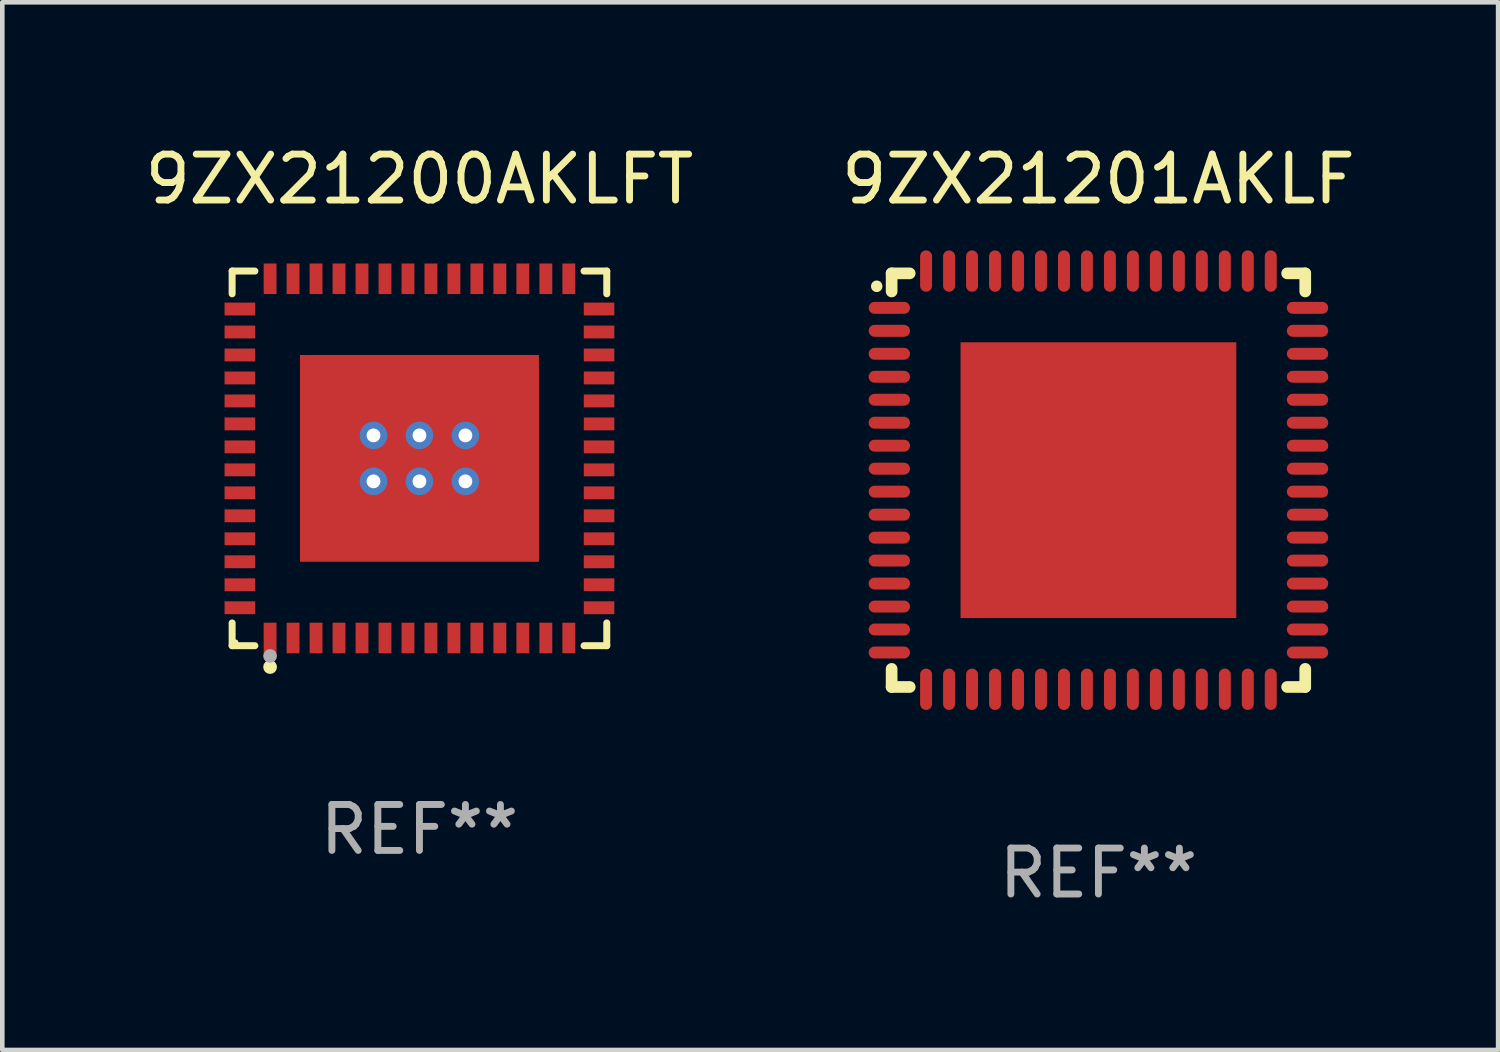
<source format=kicad_pcb>
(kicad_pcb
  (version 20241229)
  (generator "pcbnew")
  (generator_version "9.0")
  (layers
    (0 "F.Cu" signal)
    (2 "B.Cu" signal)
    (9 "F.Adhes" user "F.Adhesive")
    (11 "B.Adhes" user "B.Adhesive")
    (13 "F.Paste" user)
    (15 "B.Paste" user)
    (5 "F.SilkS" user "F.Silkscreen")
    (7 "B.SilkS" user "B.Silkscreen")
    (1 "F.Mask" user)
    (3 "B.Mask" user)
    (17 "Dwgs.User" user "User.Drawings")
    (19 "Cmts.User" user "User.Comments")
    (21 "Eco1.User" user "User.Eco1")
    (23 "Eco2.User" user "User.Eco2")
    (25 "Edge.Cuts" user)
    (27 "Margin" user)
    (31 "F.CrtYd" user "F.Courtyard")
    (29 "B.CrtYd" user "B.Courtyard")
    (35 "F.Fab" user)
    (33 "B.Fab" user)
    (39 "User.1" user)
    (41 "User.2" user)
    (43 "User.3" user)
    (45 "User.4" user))
  (footprint "9ZX21201AKLF"
    (layer "F.Cu")
    (at 20.851 7.398)
    (property "Reference" "9ZX21201AKLF" (at 0 -6.55 0) (layer "F.SilkS") (effects (font (size 1 1) (thickness 0.15))))
    (attr through_hole)
    (fp_line (start -4.5 -4.5) (end -4.106 -4.5) (stroke (width 0.254) (type solid)) (layer "F.SilkS"))
    (fp_line (start -4.5 -4.106) (end -4.5 -4.5) (stroke (width 0.254) (type solid)) (layer "F.SilkS"))
    (fp_line (start -4.5 4.5) (end -4.5 4.106) (stroke (width 0.254) (type solid)) (layer "F.SilkS"))
    (fp_line (start -4.106 4.5) (end -4.5 4.5) (stroke (width 0.254) (type solid)) (layer "F.SilkS"))
    (fp_line (start 4.106 -4.5) (end 4.5 -4.5) (stroke (width 0.254) (type solid)) (layer "F.SilkS"))
    (fp_line (start 4.5 -4.5) (end 4.5 -4.106) (stroke (width 0.254) (type solid)) (layer "F.SilkS"))
    (fp_line (start 4.5 4.106) (end 4.5 4.5) (stroke (width 0.254) (type solid)) (layer "F.SilkS"))
    (fp_line (start 4.5 4.5) (end 4.106 4.5) (stroke (width 0.254) (type solid)) (layer "F.SilkS"))
    (fp_arc (start -4.824308 -4.217501) (mid -4.824314 -4.218771) (end -4.824308 -4.220041) (stroke (width 0.24892) (type solid)) (layer "F.SilkS"))
    (fp_text user "REF**" (at 0 8.55 0) (layer "F.Fab") (effects (font (size 1 1) (thickness 0.15))))
    (pad "1" smd oval (at -4.55 -3.75) (size 0.9 0.26) (layers "F.Cu" "F.Mask" "F.Paste"))
    (pad "2" smd oval (at -4.55 -3.25) (size 0.9 0.26) (layers "F.Cu" "F.Mask" "F.Paste"))
    (pad "3" smd oval (at -4.55 -2.75) (size 0.9 0.26) (layers "F.Cu" "F.Mask" "F.Paste"))
    (pad "4" smd oval (at -4.55 -2.25) (size 0.9 0.26) (layers "F.Cu" "F.Mask" "F.Paste"))
    (pad "5" smd oval (at -4.55 -1.75) (size 0.9 0.26) (layers "F.Cu" "F.Mask" "F.Paste"))
    (pad "6" smd oval (at -4.55 -1.25) (size 0.9 0.26) (layers "F.Cu" "F.Mask" "F.Paste"))
    (pad "7" smd oval (at -4.55 -0.75) (size 0.9 0.26) (layers "F.Cu" "F.Mask" "F.Paste"))
    (pad "8" smd oval (at -4.55 -0.25) (size 0.9 0.26) (layers "F.Cu" "F.Mask" "F.Paste"))
    (pad "9" smd oval (at -4.55 0.25) (size 0.9 0.26) (layers "F.Cu" "F.Mask" "F.Paste"))
    (pad "10" smd oval (at -4.55 0.75) (size 0.9 0.26) (layers "F.Cu" "F.Mask" "F.Paste"))
    (pad "11" smd oval (at -4.55 1.25) (size 0.9 0.26) (layers "F.Cu" "F.Mask" "F.Paste"))
    (pad "12" smd oval (at -4.55 1.75) (size 0.9 0.26) (layers "F.Cu" "F.Mask" "F.Paste"))
    (pad "13" smd oval (at -4.55 2.25) (size 0.9 0.26) (layers "F.Cu" "F.Mask" "F.Paste"))
    (pad "14" smd oval (at -4.55 2.75) (size 0.9 0.26) (layers "F.Cu" "F.Mask" "F.Paste"))
    (pad "15" smd oval (at -4.55 3.25) (size 0.9 0.26) (layers "F.Cu" "F.Mask" "F.Paste"))
    (pad "16" smd oval (at -4.55 3.75) (size 0.9 0.26) (layers "F.Cu" "F.Mask" "F.Paste"))
    (pad "17" smd oval (at -3.75 4.55) (size 0.26 0.9) (layers "F.Cu" "F.Mask" "F.Paste"))
    (pad "18" smd oval (at -3.25 4.55) (size 0.26 0.9) (layers "F.Cu" "F.Mask" "F.Paste"))
    (pad "19" smd oval (at -2.75 4.55) (size 0.26 0.9) (layers "F.Cu" "F.Mask" "F.Paste"))
    (pad "20" smd oval (at -2.25 4.55) (size 0.26 0.9) (layers "F.Cu" "F.Mask" "F.Paste"))
    (pad "21" smd oval (at -1.75 4.55) (size 0.26 0.9) (layers "F.Cu" "F.Mask" "F.Paste"))
    (pad "22" smd oval (at -1.25 4.55) (size 0.26 0.9) (layers "F.Cu" "F.Mask" "F.Paste"))
    (pad "23" smd oval (at -0.75 4.55) (size 0.26 0.9) (layers "F.Cu" "F.Mask" "F.Paste"))
    (pad "24" smd oval (at -0.25 4.55) (size 0.26 0.9) (layers "F.Cu" "F.Mask" "F.Paste"))
    (pad "25" smd oval (at 0.25 4.55) (size 0.26 0.9) (layers "F.Cu" "F.Mask" "F.Paste"))
    (pad "26" smd oval (at 0.75 4.55) (size 0.26 0.9) (layers "F.Cu" "F.Mask" "F.Paste"))
    (pad "27" smd oval (at 1.25 4.55) (size 0.26 0.9) (layers "F.Cu" "F.Mask" "F.Paste"))
    (pad "28" smd oval (at 1.75 4.55) (size 0.26 0.9) (layers "F.Cu" "F.Mask" "F.Paste"))
    (pad "29" smd oval (at 2.25 4.55) (size 0.26 0.9) (layers "F.Cu" "F.Mask" "F.Paste"))
    (pad "30" smd oval (at 2.75 4.55) (size 0.26 0.9) (layers "F.Cu" "F.Mask" "F.Paste"))
    (pad "31" smd oval (at 3.25 4.55) (size 0.26 0.9) (layers "F.Cu" "F.Mask" "F.Paste"))
    (pad "32" smd oval (at 3.75 4.55) (size 0.26 0.9) (layers "F.Cu" "F.Mask" "F.Paste"))
    (pad "33" smd oval (at 4.55 3.75) (size 0.9 0.26) (layers "F.Cu" "F.Mask" "F.Paste"))
    (pad "34" smd oval (at 4.55 3.25) (size 0.9 0.26) (layers "F.Cu" "F.Mask" "F.Paste"))
    (pad "35" smd oval (at 4.55 2.75) (size 0.9 0.26) (layers "F.Cu" "F.Mask" "F.Paste"))
    (pad "36" smd oval (at 4.55 2.25) (size 0.9 0.26) (layers "F.Cu" "F.Mask" "F.Paste"))
    (pad "37" smd oval (at 4.55 1.75) (size 0.9 0.26) (layers "F.Cu" "F.Mask" "F.Paste"))
    (pad "38" smd oval (at 4.55 1.25) (size 0.9 0.26) (layers "F.Cu" "F.Mask" "F.Paste"))
    (pad "39" smd oval (at 4.55 0.75) (size 0.9 0.26) (layers "F.Cu" "F.Mask" "F.Paste"))
    (pad "40" smd oval (at 4.55 0.25) (size 0.9 0.26) (layers "F.Cu" "F.Mask" "F.Paste"))
    (pad "41" smd oval (at 4.55 -0.25) (size 0.9 0.26) (layers "F.Cu" "F.Mask" "F.Paste"))
    (pad "42" smd oval (at 4.55 -0.75) (size 0.9 0.26) (layers "F.Cu" "F.Mask" "F.Paste"))
    (pad "43" smd oval (at 4.55 -1.25) (size 0.9 0.26) (layers "F.Cu" "F.Mask" "F.Paste"))
    (pad "44" smd oval (at 4.55 -1.75) (size 0.9 0.26) (layers "F.Cu" "F.Mask" "F.Paste"))
    (pad "45" smd oval (at 4.55 -2.25) (size 0.9 0.26) (layers "F.Cu" "F.Mask" "F.Paste"))
    (pad "46" smd oval (at 4.55 -2.75) (size 0.9 0.26) (layers "F.Cu" "F.Mask" "F.Paste"))
    (pad "47" smd oval (at 4.55 -3.25) (size 0.9 0.26) (layers "F.Cu" "F.Mask" "F.Paste"))
    (pad "48" smd oval (at 4.55 -3.75) (size 0.9 0.26) (layers "F.Cu" "F.Mask" "F.Paste"))
    (pad "49" smd oval (at 3.75 -4.55) (size 0.26 0.9) (layers "F.Cu" "F.Mask" "F.Paste"))
    (pad "50" smd oval (at 3.25 -4.55) (size 0.26 0.9) (layers "F.Cu" "F.Mask" "F.Paste"))
    (pad "51" smd oval (at 2.75 -4.55) (size 0.26 0.9) (layers "F.Cu" "F.Mask" "F.Paste"))
    (pad "52" smd oval (at 2.25 -4.55) (size 0.26 0.9) (layers "F.Cu" "F.Mask" "F.Paste"))
    (pad "53" smd oval (at 1.75 -4.55) (size 0.26 0.9) (layers "F.Cu" "F.Mask" "F.Paste"))
    (pad "54" smd oval (at 1.25 -4.55) (size 0.26 0.9) (layers "F.Cu" "F.Mask" "F.Paste"))
    (pad "55" smd oval (at 0.75 -4.55) (size 0.26 0.9) (layers "F.Cu" "F.Mask" "F.Paste"))
    (pad "56" smd oval (at 0.25 -4.55) (size 0.26 0.9) (layers "F.Cu" "F.Mask" "F.Paste"))
    (pad "57" smd oval (at -0.25 -4.55) (size 0.26 0.9) (layers "F.Cu" "F.Mask" "F.Paste"))
    (pad "58" smd oval (at -0.75 -4.55) (size 0.26 0.9) (layers "F.Cu" "F.Mask" "F.Paste"))
    (pad "59" smd oval (at -1.25 -4.55) (size 0.26 0.9) (layers "F.Cu" "F.Mask" "F.Paste"))
    (pad "60" smd oval (at -1.75 -4.55) (size 0.26 0.9) (layers "F.Cu" "F.Mask" "F.Paste"))
    (pad "61" smd oval (at -2.25 -4.55) (size 0.26 0.9) (layers "F.Cu" "F.Mask" "F.Paste"))
    (pad "62" smd oval (at -2.75 -4.55) (size 0.26 0.9) (layers "F.Cu" "F.Mask" "F.Paste"))
    (pad "63" smd oval (at -3.25 -4.55) (size 0.26 0.9) (layers "F.Cu" "F.Mask" "F.Paste"))
    (pad "64" smd oval (at -3.75 -4.55) (size 0.26 0.9) (layers "F.Cu" "F.Mask" "F.Paste"))
    (pad "65" smd rect (at 0 0.000381) (size 6 6) (layers "F.Cu" "F.Mask" "F.Paste")))
  (footprint "9ZX21200AKLFT"
    (layer "F.Cu")
    (at 6.077 6.924)
    (property "Reference" "9ZX21200AKLFT" (at 0 -6.076 0) (layer "F.SilkS") (effects (font (size 1 1) (thickness 0.15))))
    (attr through_hole)
    (fp_line (start -4.076 -4.076) (end -3.581 -4.076) (stroke (width 0.152) (type solid)) (layer "F.SilkS"))
    (fp_line (start -4.076 -3.581) (end -4.076 -4.076) (stroke (width 0.152) (type solid)) (layer "F.SilkS"))
    (fp_line (start -4.076 3.581) (end -4.076 4.076) (stroke (width 0.152) (type solid)) (layer "F.SilkS"))
    (fp_line (start -4.076 4.076) (end -3.581 4.076) (stroke (width 0.152) (type solid)) (layer "F.SilkS"))
    (fp_line (start 4.076 -4.076) (end 3.581 -4.076) (stroke (width 0.152) (type solid)) (layer "F.SilkS"))
    (fp_line (start 4.076 -3.581) (end 4.076 -4.076) (stroke (width 0.152) (type solid)) (layer "F.SilkS"))
    (fp_line (start 4.076 3.581) (end 4.076 4.076) (stroke (width 0.152) (type solid)) (layer "F.SilkS"))
    (fp_line (start 4.076 4.076) (end 3.581 4.076) (stroke (width 0.152) (type solid)) (layer "F.SilkS"))
    (fp_circle (center -4 4) (end -3.97 4) (stroke (width 0.06) (type solid)) (fill no) (layer "F.SilkS"))
    (fp_circle (center -3.25 4.54) (end -3.175 4.54) (stroke (width 0.15) (type solid)) (fill no) (layer "F.SilkS"))
    (fp_circle (center -3.25 4.3) (end -3.175 4.3) (stroke (width 0.15) (type solid)) (fill no) (layer "F.Fab"))
    (fp_text user "REF**" (at 0 8.076 0) (layer "F.Fab") (effects (font (size 1 1) (thickness 0.15))))
    (pad "1" smd rect (at -3.25 3.908) (size 0.28 0.665) (layers "F.Cu" "F.Mask" "F.Paste"))
    (pad "2" smd rect (at -2.75 3.908) (size 0.28 0.665) (layers "F.Cu" "F.Mask" "F.Paste"))
    (pad "3" smd rect (at -2.25 3.908) (size 0.28 0.665) (layers "F.Cu" "F.Mask" "F.Paste"))
    (pad "4" smd rect (at -1.75 3.908) (size 0.28 0.665) (layers "F.Cu" "F.Mask" "F.Paste"))
    (pad "5" smd rect (at -1.25 3.908) (size 0.28 0.665) (layers "F.Cu" "F.Mask" "F.Paste"))
    (pad "6" smd rect (at -0.75 3.908) (size 0.28 0.665) (layers "F.Cu" "F.Mask" "F.Paste"))
    (pad "7" smd rect (at -0.25 3.908) (size 0.28 0.665) (layers "F.Cu" "F.Mask" "F.Paste"))
    (pad "8" smd rect (at 0.25 3.908) (size 0.28 0.665) (layers "F.Cu" "F.Mask" "F.Paste"))
    (pad "9" smd rect (at 0.75 3.908) (size 0.28 0.665) (layers "F.Cu" "F.Mask" "F.Paste"))
    (pad "10" smd rect (at 1.25 3.908) (size 0.28 0.665) (layers "F.Cu" "F.Mask" "F.Paste"))
    (pad "11" smd rect (at 1.75 3.908) (size 0.28 0.665) (layers "F.Cu" "F.Mask" "F.Paste"))
    (pad "12" smd rect (at 2.25 3.908) (size 0.28 0.665) (layers "F.Cu" "F.Mask" "F.Paste"))
    (pad "13" smd rect (at 2.75 3.908) (size 0.28 0.665) (layers "F.Cu" "F.Mask" "F.Paste"))
    (pad "14" smd rect (at 3.25 3.908) (size 0.28 0.665) (layers "F.Cu" "F.Mask" "F.Paste"))
    (pad "15" smd rect (at 3.908 3.25) (size 0.665 0.28) (layers "F.Cu" "F.Mask" "F.Paste"))
    (pad "16" smd rect (at 3.908 2.75) (size 0.665 0.28) (layers "F.Cu" "F.Mask" "F.Paste"))
    (pad "17" smd rect (at 3.908 2.25) (size 0.665 0.28) (layers "F.Cu" "F.Mask" "F.Paste"))
    (pad "18" smd rect (at 3.908 1.75) (size 0.665 0.28) (layers "F.Cu" "F.Mask" "F.Paste"))
    (pad "19" smd rect (at 3.908 1.25) (size 0.665 0.28) (layers "F.Cu" "F.Mask" "F.Paste"))
    (pad "20" smd rect (at 3.908 0.75) (size 0.665 0.28) (layers "F.Cu" "F.Mask" "F.Paste"))
    (pad "21" smd rect (at 3.908 0.25) (size 0.665 0.28) (layers "F.Cu" "F.Mask" "F.Paste"))
    (pad "22" smd rect (at 3.908 -0.25) (size 0.665 0.28) (layers "F.Cu" "F.Mask" "F.Paste"))
    (pad "23" smd rect (at 3.908 -0.75) (size 0.665 0.28) (layers "F.Cu" "F.Mask" "F.Paste"))
    (pad "24" smd rect (at 3.908 -1.25) (size 0.665 0.28) (layers "F.Cu" "F.Mask" "F.Paste"))
    (pad "25" smd rect (at 3.908 -1.75) (size 0.665 0.28) (layers "F.Cu" "F.Mask" "F.Paste"))
    (pad "26" smd rect (at 3.908 -2.25) (size 0.665 0.28) (layers "F.Cu" "F.Mask" "F.Paste"))
    (pad "27" smd rect (at 3.908 -2.75) (size 0.665 0.28) (layers "F.Cu" "F.Mask" "F.Paste"))
    (pad "28" smd rect (at 3.908 -3.25) (size 0.665 0.28) (layers "F.Cu" "F.Mask" "F.Paste"))
    (pad "29" smd rect (at 3.25 -3.908) (size 0.28 0.665) (layers "F.Cu" "F.Mask" "F.Paste"))
    (pad "30" smd rect (at 2.75 -3.908) (size 0.28 0.665) (layers "F.Cu" "F.Mask" "F.Paste"))
    (pad "31" smd rect (at 2.25 -3.908) (size 0.28 0.665) (layers "F.Cu" "F.Mask" "F.Paste"))
    (pad "32" smd rect (at 1.75 -3.908) (size 0.28 0.665) (layers "F.Cu" "F.Mask" "F.Paste"))
    (pad "33" smd rect (at 1.25 -3.908) (size 0.28 0.665) (layers "F.Cu" "F.Mask" "F.Paste"))
    (pad "34" smd rect (at 0.75 -3.908) (size 0.28 0.665) (layers "F.Cu" "F.Mask" "F.Paste"))
    (pad "35" smd rect (at 0.25 -3.908) (size 0.28 0.665) (layers "F.Cu" "F.Mask" "F.Paste"))
    (pad "36" smd rect (at -0.25 -3.908) (size 0.28 0.665) (layers "F.Cu" "F.Mask" "F.Paste"))
    (pad "37" smd rect (at -0.75 -3.908) (size 0.28 0.665) (layers "F.Cu" "F.Mask" "F.Paste"))
    (pad "38" smd rect (at -1.25 -3.908) (size 0.28 0.665) (layers "F.Cu" "F.Mask" "F.Paste"))
    (pad "39" smd rect (at -1.75 -3.908) (size 0.28 0.665) (layers "F.Cu" "F.Mask" "F.Paste"))
    (pad "40" smd rect (at -2.25 -3.908) (size 0.28 0.665) (layers "F.Cu" "F.Mask" "F.Paste"))
    (pad "41" smd rect (at -2.75 -3.908) (size 0.28 0.665) (layers "F.Cu" "F.Mask" "F.Paste"))
    (pad "42" smd rect (at -3.25 -3.908) (size 0.28 0.665) (layers "F.Cu" "F.Mask" "F.Paste"))
    (pad "43" smd rect (at -3.908 -3.25) (size 0.665 0.28) (layers "F.Cu" "F.Mask" "F.Paste"))
    (pad "44" smd rect (at -3.908 -2.75) (size 0.665 0.28) (layers "F.Cu" "F.Mask" "F.Paste"))
    (pad "45" smd rect (at -3.908 -2.25) (size 0.665 0.28) (layers "F.Cu" "F.Mask" "F.Paste"))
    (pad "46" smd rect (at -3.908 -1.75) (size 0.665 0.28) (layers "F.Cu" "F.Mask" "F.Paste"))
    (pad "47" smd rect (at -3.908 -1.25) (size 0.665 0.28) (layers "F.Cu" "F.Mask" "F.Paste"))
    (pad "48" smd rect (at -3.908 -0.75) (size 0.665 0.28) (layers "F.Cu" "F.Mask" "F.Paste"))
    (pad "49" smd rect (at -3.908 -0.25) (size 0.665 0.28) (layers "F.Cu" "F.Mask" "F.Paste"))
    (pad "50" smd rect (at -3.908 0.25) (size 0.665 0.28) (layers "F.Cu" "F.Mask" "F.Paste"))
    (pad "51" smd rect (at -3.908 0.75) (size 0.665 0.28) (layers "F.Cu" "F.Mask" "F.Paste"))
    (pad "52" smd rect (at -3.908 1.25) (size 0.665 0.28) (layers "F.Cu" "F.Mask" "F.Paste"))
    (pad "53" smd rect (at -3.908 1.75) (size 0.665 0.28) (layers "F.Cu" "F.Mask" "F.Paste"))
    (pad "54" smd rect (at -3.908 2.25) (size 0.665 0.28) (layers "F.Cu" "F.Mask" "F.Paste"))
    (pad "55" smd rect (at -3.908 2.75) (size 0.665 0.28) (layers "F.Cu" "F.Mask" "F.Paste"))
    (pad "56" smd rect (at -3.908 3.25) (size 0.665 0.28) (layers "F.Cu" "F.Mask" "F.Paste"))
    (pad "57" thru_hole circle (at -1 -0.5) (size 0.6 0.6) (drill 0.3) (layers "*.Cu" "*.Mask"))
    (pad "57" thru_hole circle (at -1 0.5) (size 0.6 0.6) (drill 0.3) (layers "*.Cu" "*.Mask"))
    (pad "57" thru_hole circle (at 0 -0.5) (size 0.6 0.6) (drill 0.3) (layers "*.Cu" "*.Mask"))
    (pad "57" smd rect (at 0 0) (size 5.2 4.5) (layers "F.Cu" "F.Mask" "F.Paste"))
    (pad "57" thru_hole circle (at 0 0.5) (size 0.6 0.6) (drill 0.3) (layers "*.Cu" "*.Mask"))
    (pad "57" thru_hole circle (at 1 -0.5) (size 0.6 0.6) (drill 0.3) (layers "*.Cu" "*.Mask"))
    (pad "57" thru_hole circle (at 1 0.5) (size 0.6 0.6) (drill 0.3) (layers "*.Cu" "*.Mask")))
  (gr_rect
    (start -3 -3)
    (end 29.548 19.797)
    (stroke (width 0.1) (type default))
    (fill no)
    (layer "Edge.Cuts")))
</source>
